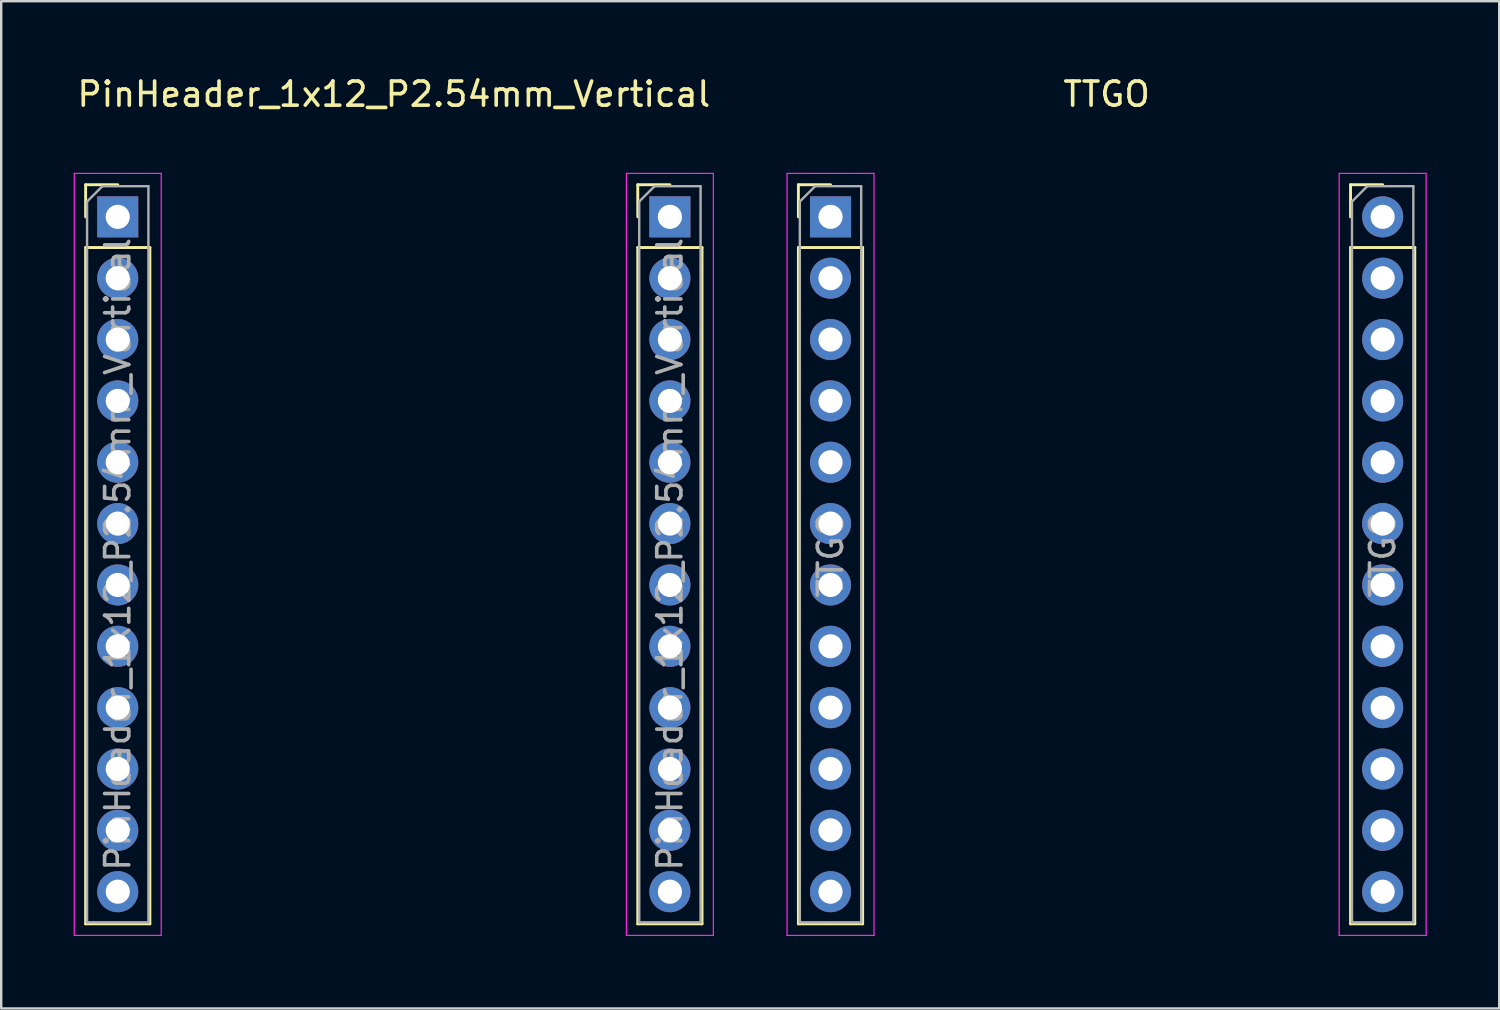
<source format=kicad_pcb>
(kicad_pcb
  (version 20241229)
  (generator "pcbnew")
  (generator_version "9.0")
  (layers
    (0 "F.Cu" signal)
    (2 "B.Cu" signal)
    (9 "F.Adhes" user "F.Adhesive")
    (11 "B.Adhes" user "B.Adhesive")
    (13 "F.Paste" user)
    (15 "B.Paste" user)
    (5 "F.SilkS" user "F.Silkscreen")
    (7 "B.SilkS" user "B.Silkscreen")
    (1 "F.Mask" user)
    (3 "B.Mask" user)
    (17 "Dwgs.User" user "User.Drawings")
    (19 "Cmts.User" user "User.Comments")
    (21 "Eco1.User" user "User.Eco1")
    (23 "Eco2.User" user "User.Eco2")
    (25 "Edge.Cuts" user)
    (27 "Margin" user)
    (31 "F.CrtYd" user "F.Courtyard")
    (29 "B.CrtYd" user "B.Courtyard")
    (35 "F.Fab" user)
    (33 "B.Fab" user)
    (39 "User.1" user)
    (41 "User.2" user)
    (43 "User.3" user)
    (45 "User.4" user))
  (footprint "TTGO"
    (layer "F.Cu")
    (at 31.335 5.928)
    (property "Reference" "TTGO" (at 11.43 -5.08 0) (layer "F.SilkS") (effects (font (size 1 1) (thickness 0.15))))
    (attr through_hole)
    (fp_line (start -1.33 -1.33) (end 0 -1.33) (stroke (width 0.12) (type solid)) (layer "F.SilkS"))
    (fp_line (start -1.33 0) (end -1.33 -1.33) (stroke (width 0.12) (type solid)) (layer "F.SilkS"))
    (fp_line (start -1.33 1.27) (end -1.33 29.27) (stroke (width 0.12) (type solid)) (layer "F.SilkS"))
    (fp_line (start -1.33 1.27) (end 1.33 1.27) (stroke (width 0.12) (type solid)) (layer "F.SilkS"))
    (fp_line (start -1.33 29.27) (end 1.33 29.27) (stroke (width 0.12) (type solid)) (layer "F.SilkS"))
    (fp_line (start 1.33 1.27) (end 1.33 29.27) (stroke (width 0.12) (type solid)) (layer "F.SilkS"))
    (fp_line (start 21.53 -1.33) (end 22.86 -1.33) (stroke (width 0.12) (type solid)) (layer "F.SilkS"))
    (fp_line (start 21.53 0) (end 21.53 -1.33) (stroke (width 0.12) (type solid)) (layer "F.SilkS"))
    (fp_line (start 21.53 1.27) (end 21.53 29.27) (stroke (width 0.12) (type solid)) (layer "F.SilkS"))
    (fp_line (start 21.53 1.27) (end 24.19 1.27) (stroke (width 0.12) (type solid)) (layer "F.SilkS"))
    (fp_line (start 21.53 29.27) (end 24.19 29.27) (stroke (width 0.12) (type solid)) (layer "F.SilkS"))
    (fp_line (start 24.19 1.27) (end 24.19 29.27) (stroke (width 0.12) (type solid)) (layer "F.SilkS"))
    (fp_line (start -1.8 -1.8) (end -1.8 29.75) (stroke (width 0.05) (type solid)) (layer "F.CrtYd"))
    (fp_line (start -1.8 29.75) (end 1.8 29.75) (stroke (width 0.05) (type solid)) (layer "F.CrtYd"))
    (fp_line (start 1.8 -1.8) (end -1.8 -1.8) (stroke (width 0.05) (type solid)) (layer "F.CrtYd"))
    (fp_line (start 1.8 29.75) (end 1.8 -1.8) (stroke (width 0.05) (type solid)) (layer "F.CrtYd"))
    (fp_line (start 21.06 -1.8) (end 21.06 29.75) (stroke (width 0.05) (type solid)) (layer "F.CrtYd"))
    (fp_line (start 21.06 29.75) (end 24.66 29.75) (stroke (width 0.05) (type solid)) (layer "F.CrtYd"))
    (fp_line (start 24.66 -1.8) (end 21.06 -1.8) (stroke (width 0.05) (type solid)) (layer "F.CrtYd"))
    (fp_line (start 24.66 29.75) (end 24.66 -1.8) (stroke (width 0.05) (type solid)) (layer "F.CrtYd"))
    (fp_line (start -1.27 -0.635) (end -0.635 -1.27) (stroke (width 0.1) (type solid)) (layer "F.Fab"))
    (fp_line (start -1.27 29.21) (end -1.27 -0.635) (stroke (width 0.1) (type solid)) (layer "F.Fab"))
    (fp_line (start -0.635 -1.27) (end 1.27 -1.27) (stroke (width 0.1) (type solid)) (layer "F.Fab"))
    (fp_line (start 1.27 -1.27) (end 1.27 29.21) (stroke (width 0.1) (type solid)) (layer "F.Fab"))
    (fp_line (start 1.27 29.21) (end -1.27 29.21) (stroke (width 0.1) (type solid)) (layer "F.Fab"))
    (fp_line (start 21.59 -0.635) (end 22.225 -1.27) (stroke (width 0.1) (type solid)) (layer "F.Fab"))
    (fp_line (start 21.59 29.21) (end 21.59 -0.635) (stroke (width 0.1) (type solid)) (layer "F.Fab"))
    (fp_line (start 22.225 -1.27) (end 24.13 -1.27) (stroke (width 0.1) (type solid)) (layer "F.Fab"))
    (fp_line (start 24.13 -1.27) (end 24.13 29.21) (stroke (width 0.1) (type solid)) (layer "F.Fab"))
    (fp_line (start 24.13 29.21) (end 21.59 29.21) (stroke (width 0.1) (type solid)) (layer "F.Fab"))
    (fp_text user "${REFERENCE}" (at 0 13.97 90) (layer "F.Fab") (effects (font (size 1 1) (thickness 0.15))))
    (fp_text user "${REFERENCE}" (at 22.86 13.97 90) (layer "F.Fab") (effects (font (size 1 1) (thickness 0.15))))
    (pad "1" thru_hole rect (at 0 0) (size 1.7 1.7) (drill 1) (layers "*.Cu" "*.Mask"))
    (pad "2" thru_hole oval (at 0 2.54) (size 1.7 1.7) (drill 1) (layers "*.Cu" "*.Mask"))
    (pad "3" thru_hole oval (at 0 5.08) (size 1.7 1.7) (drill 1) (layers "*.Cu" "*.Mask"))
    (pad "4" thru_hole oval (at 0 7.62) (size 1.7 1.7) (drill 1) (layers "*.Cu" "*.Mask"))
    (pad "5" thru_hole oval (at 0 10.16) (size 1.7 1.7) (drill 1) (layers "*.Cu" "*.Mask"))
    (pad "6" thru_hole oval (at 0 12.7) (size 1.7 1.7) (drill 1) (layers "*.Cu" "*.Mask"))
    (pad "7" thru_hole oval (at 0 15.24) (size 1.7 1.7) (drill 1) (layers "*.Cu" "*.Mask"))
    (pad "8" thru_hole oval (at 0 17.78) (size 1.7 1.7) (drill 1) (layers "*.Cu" "*.Mask"))
    (pad "9" thru_hole oval (at 0 20.32) (size 1.7 1.7) (drill 1) (layers "*.Cu" "*.Mask"))
    (pad "10" thru_hole oval (at 0 22.86) (size 1.7 1.7) (drill 1) (layers "*.Cu" "*.Mask"))
    (pad "11" thru_hole oval (at 0 25.4) (size 1.7 1.7) (drill 1) (layers "*.Cu" "*.Mask"))
    (pad "12" thru_hole oval (at 0 27.94) (size 1.7 1.7) (drill 1) (layers "*.Cu" "*.Mask"))
    (pad "13" thru_hole oval (at 22.86 0) (size 1.7 1.7) (drill 1) (layers "*.Cu" "*.Mask"))
    (pad "14" thru_hole oval (at 22.86 2.54) (size 1.7 1.7) (drill 1) (layers "*.Cu" "*.Mask"))
    (pad "15" thru_hole oval (at 22.86 5.08) (size 1.7 1.7) (drill 1) (layers "*.Cu" "*.Mask"))
    (pad "16" thru_hole oval (at 22.86 7.62) (size 1.7 1.7) (drill 1) (layers "*.Cu" "*.Mask"))
    (pad "17" thru_hole oval (at 22.86 10.16) (size 1.7 1.7) (drill 1) (layers "*.Cu" "*.Mask"))
    (pad "18" thru_hole oval (at 22.86 12.7) (size 1.7 1.7) (drill 1) (layers "*.Cu" "*.Mask"))
    (pad "19" thru_hole oval (at 22.86 15.24) (size 1.7 1.7) (drill 1) (layers "*.Cu" "*.Mask"))
    (pad "20" thru_hole oval (at 22.86 17.78) (size 1.7 1.7) (drill 1) (layers "*.Cu" "*.Mask"))
    (pad "21" thru_hole oval (at 22.86 20.32) (size 1.7 1.7) (drill 1) (layers "*.Cu" "*.Mask"))
    (pad "22" thru_hole oval (at 22.86 22.86) (size 1.7 1.7) (drill 1) (layers "*.Cu" "*.Mask"))
    (pad "23" thru_hole oval (at 22.86 25.4) (size 1.7 1.7) (drill 1) (layers "*.Cu" "*.Mask"))
    (pad "24" thru_hole oval (at 22.86 27.94) (size 1.7 1.7) (drill 1) (layers "*.Cu" "*.Mask")))
  (footprint "PinHeader_1x12_P2.54mm_Vertical"
    (layer "F.Cu")
    (at 1.825 5.928)
    (property "Reference" "PinHeader_1x12_P2.54mm_Vertical" (at 11.43 -5.08 0) (layer "F.SilkS") (effects (font (size 1 1) (thickness 0.15))))
    (attr through_hole)
    (fp_line (start -1.33 -1.33) (end 0 -1.33) (stroke (width 0.12) (type solid)) (layer "F.SilkS"))
    (fp_line (start -1.33 0) (end -1.33 -1.33) (stroke (width 0.12) (type solid)) (layer "F.SilkS"))
    (fp_line (start -1.33 1.27) (end -1.33 29.27) (stroke (width 0.12) (type solid)) (layer "F.SilkS"))
    (fp_line (start -1.33 1.27) (end 1.33 1.27) (stroke (width 0.12) (type solid)) (layer "F.SilkS"))
    (fp_line (start -1.33 29.27) (end 1.33 29.27) (stroke (width 0.12) (type solid)) (layer "F.SilkS"))
    (fp_line (start 1.33 1.27) (end 1.33 29.27) (stroke (width 0.12) (type solid)) (layer "F.SilkS"))
    (fp_line (start 21.53 -1.33) (end 22.86 -1.33) (stroke (width 0.12) (type solid)) (layer "F.SilkS"))
    (fp_line (start 21.53 0) (end 21.53 -1.33) (stroke (width 0.12) (type solid)) (layer "F.SilkS"))
    (fp_line (start 21.53 1.27) (end 21.53 29.27) (stroke (width 0.12) (type solid)) (layer "F.SilkS"))
    (fp_line (start 21.53 1.27) (end 24.19 1.27) (stroke (width 0.12) (type solid)) (layer "F.SilkS"))
    (fp_line (start 21.53 29.27) (end 24.19 29.27) (stroke (width 0.12) (type solid)) (layer "F.SilkS"))
    (fp_line (start 24.19 1.27) (end 24.19 29.27) (stroke (width 0.12) (type solid)) (layer "F.SilkS"))
    (fp_line (start -1.8 -1.8) (end -1.8 29.75) (stroke (width 0.05) (type solid)) (layer "F.CrtYd"))
    (fp_line (start -1.8 29.75) (end 1.8 29.75) (stroke (width 0.05) (type solid)) (layer "F.CrtYd"))
    (fp_line (start 1.8 -1.8) (end -1.8 -1.8) (stroke (width 0.05) (type solid)) (layer "F.CrtYd"))
    (fp_line (start 1.8 29.75) (end 1.8 -1.8) (stroke (width 0.05) (type solid)) (layer "F.CrtYd"))
    (fp_line (start 21.06 -1.8) (end 21.06 29.75) (stroke (width 0.05) (type solid)) (layer "F.CrtYd"))
    (fp_line (start 21.06 29.75) (end 24.66 29.75) (stroke (width 0.05) (type solid)) (layer "F.CrtYd"))
    (fp_line (start 24.66 -1.8) (end 21.06 -1.8) (stroke (width 0.05) (type solid)) (layer "F.CrtYd"))
    (fp_line (start 24.66 29.75) (end 24.66 -1.8) (stroke (width 0.05) (type solid)) (layer "F.CrtYd"))
    (fp_line (start -1.27 -0.635) (end -0.635 -1.27) (stroke (width 0.1) (type solid)) (layer "F.Fab"))
    (fp_line (start -1.27 29.21) (end -1.27 -0.635) (stroke (width 0.1) (type solid)) (layer "F.Fab"))
    (fp_line (start -0.635 -1.27) (end 1.27 -1.27) (stroke (width 0.1) (type solid)) (layer "F.Fab"))
    (fp_line (start 1.27 -1.27) (end 1.27 29.21) (stroke (width 0.1) (type solid)) (layer "F.Fab"))
    (fp_line (start 1.27 29.21) (end -1.27 29.21) (stroke (width 0.1) (type solid)) (layer "F.Fab"))
    (fp_line (start 21.59 -0.635) (end 22.225 -1.27) (stroke (width 0.1) (type solid)) (layer "F.Fab"))
    (fp_line (start 21.59 29.21) (end 21.59 -0.635) (stroke (width 0.1) (type solid)) (layer "F.Fab"))
    (fp_line (start 22.225 -1.27) (end 24.13 -1.27) (stroke (width 0.1) (type solid)) (layer "F.Fab"))
    (fp_line (start 24.13 -1.27) (end 24.13 29.21) (stroke (width 0.1) (type solid)) (layer "F.Fab"))
    (fp_line (start 24.13 29.21) (end 21.59 29.21) (stroke (width 0.1) (type solid)) (layer "F.Fab"))
    (fp_text user "${REFERENCE}" (at 22.86 13.97 90) (layer "F.Fab") (effects (font (size 1 1) (thickness 0.15))))
    (fp_text user "${REFERENCE}" (at 0 13.97 90) (layer "F.Fab") (effects (font (size 1 1) (thickness 0.15))))
    (pad "1" thru_hole rect (at 0 0) (size 1.7 1.7) (drill 1) (layers "*.Cu" "*.Mask"))
    (pad "1" thru_hole rect (at 22.86 0) (size 1.7 1.7) (drill 1) (layers "*.Cu" "*.Mask"))
    (pad "2" thru_hole oval (at 0 2.54) (size 1.7 1.7) (drill 1) (layers "*.Cu" "*.Mask"))
    (pad "2" thru_hole oval (at 22.86 2.54) (size 1.7 1.7) (drill 1) (layers "*.Cu" "*.Mask"))
    (pad "3" thru_hole oval (at 0 5.08) (size 1.7 1.7) (drill 1) (layers "*.Cu" "*.Mask"))
    (pad "3" thru_hole oval (at 22.86 5.08) (size 1.7 1.7) (drill 1) (layers "*.Cu" "*.Mask"))
    (pad "4" thru_hole oval (at 0 7.62) (size 1.7 1.7) (drill 1) (layers "*.Cu" "*.Mask"))
    (pad "4" thru_hole oval (at 22.86 7.62) (size 1.7 1.7) (drill 1) (layers "*.Cu" "*.Mask"))
    (pad "5" thru_hole oval (at 0 10.16) (size 1.7 1.7) (drill 1) (layers "*.Cu" "*.Mask"))
    (pad "5" thru_hole oval (at 22.86 10.16) (size 1.7 1.7) (drill 1) (layers "*.Cu" "*.Mask"))
    (pad "6" thru_hole oval (at 0 12.7) (size 1.7 1.7) (drill 1) (layers "*.Cu" "*.Mask"))
    (pad "6" thru_hole oval (at 22.86 12.7) (size 1.7 1.7) (drill 1) (layers "*.Cu" "*.Mask"))
    (pad "7" thru_hole oval (at 0 15.24) (size 1.7 1.7) (drill 1) (layers "*.Cu" "*.Mask"))
    (pad "7" thru_hole oval (at 22.86 15.24) (size 1.7 1.7) (drill 1) (layers "*.Cu" "*.Mask"))
    (pad "8" thru_hole oval (at 0 17.78) (size 1.7 1.7) (drill 1) (layers "*.Cu" "*.Mask"))
    (pad "8" thru_hole oval (at 22.86 17.78) (size 1.7 1.7) (drill 1) (layers "*.Cu" "*.Mask"))
    (pad "9" thru_hole oval (at 0 20.32) (size 1.7 1.7) (drill 1) (layers "*.Cu" "*.Mask"))
    (pad "9" thru_hole oval (at 22.86 20.32) (size 1.7 1.7) (drill 1) (layers "*.Cu" "*.Mask"))
    (pad "10" thru_hole oval (at 0 22.86) (size 1.7 1.7) (drill 1) (layers "*.Cu" "*.Mask"))
    (pad "10" thru_hole oval (at 22.86 22.86) (size 1.7 1.7) (drill 1) (layers "*.Cu" "*.Mask"))
    (pad "11" thru_hole oval (at 0 25.4) (size 1.7 1.7) (drill 1) (layers "*.Cu" "*.Mask"))
    (pad "11" thru_hole oval (at 22.86 25.4) (size 1.7 1.7) (drill 1) (layers "*.Cu" "*.Mask"))
    (pad "12" thru_hole oval (at 0 27.94) (size 1.7 1.7) (drill 1) (layers "*.Cu" "*.Mask"))
    (pad "12" thru_hole oval (at 22.86 27.94) (size 1.7 1.7) (drill 1) (layers "*.Cu" "*.Mask")))
  (gr_rect
    (start -3 -3)
    (end 59.02 38.703)
    (stroke (width 0.1) (type default))
    (fill no)
    (layer "Edge.Cuts")))
</source>
